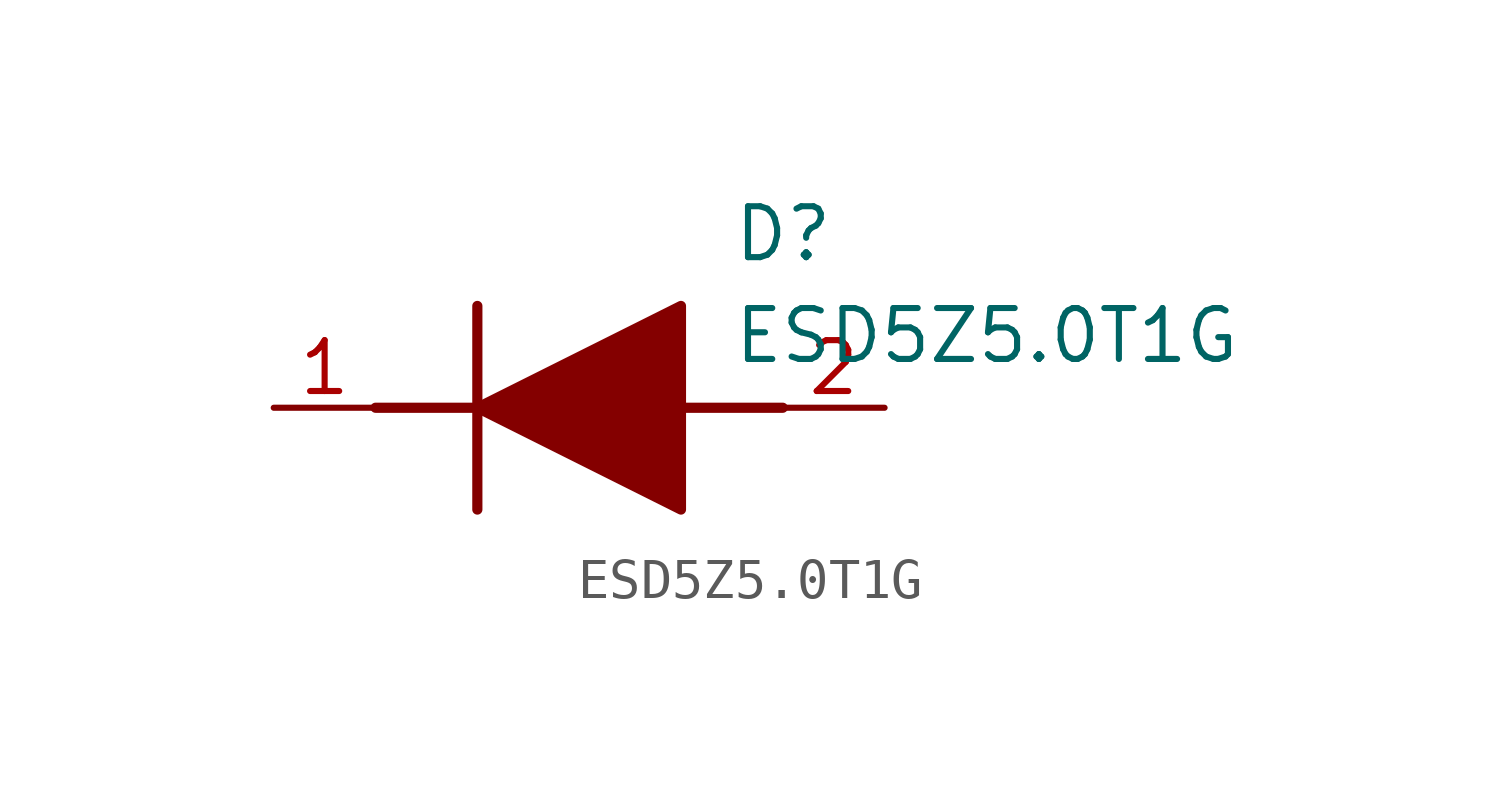
<source format=kicad_sym>
(kicad_symbol_lib
  (version 20211014)
  (generator SamacSys_ECAD_Model)
  (symbol "ESD5Z5.0T1G"
    (pin_names hide)
    (property "Reference" "D"
      (at 11.43 5.08 0)
      (effects (font (size 1.27 1.27)) (justify left top)))
    (property "Value" "ESD5Z5.0T1G"
      (at 11.43 2.54 0)
      (effects (font (size 1.27 1.27)) (justify left top)))
    (polyline
      (pts (xy 5.08 2.54) (xy 5.08 -2.54))
      (stroke (width 0.254) (type default))
      (fill (type none)))
    (polyline
      (pts (xy 2.54 0) (xy 5.08 0))
      (stroke (width 0.254) (type default))
      (fill (type none)))
    (polyline
      (pts (xy 10.16 0) (xy 12.7 0))
      (stroke (width 0.254) (type default))
      (fill (type none)))
    (polyline
      (pts (xy 5.08 0) (xy 10.16 2.54) (xy 10.16 -2.54) (xy 5.08 0))
      (stroke (width 0.254) (type default))
      (fill (type outline)))
    (pin passive line
      (at 0 0 0)
      (length 2.54)
      (name "K" (effects (font (size 1.27 1.27))))
      (number "1" (effects (font (size 1.27 1.27)))))
    (pin passive line
      (at 15.24 0 180)
      (length 2.54)
      (name "A" (effects (font (size 1.27 1.27))))
      (number "2" (effects (font (size 1.27 1.27)))))))
</source>
